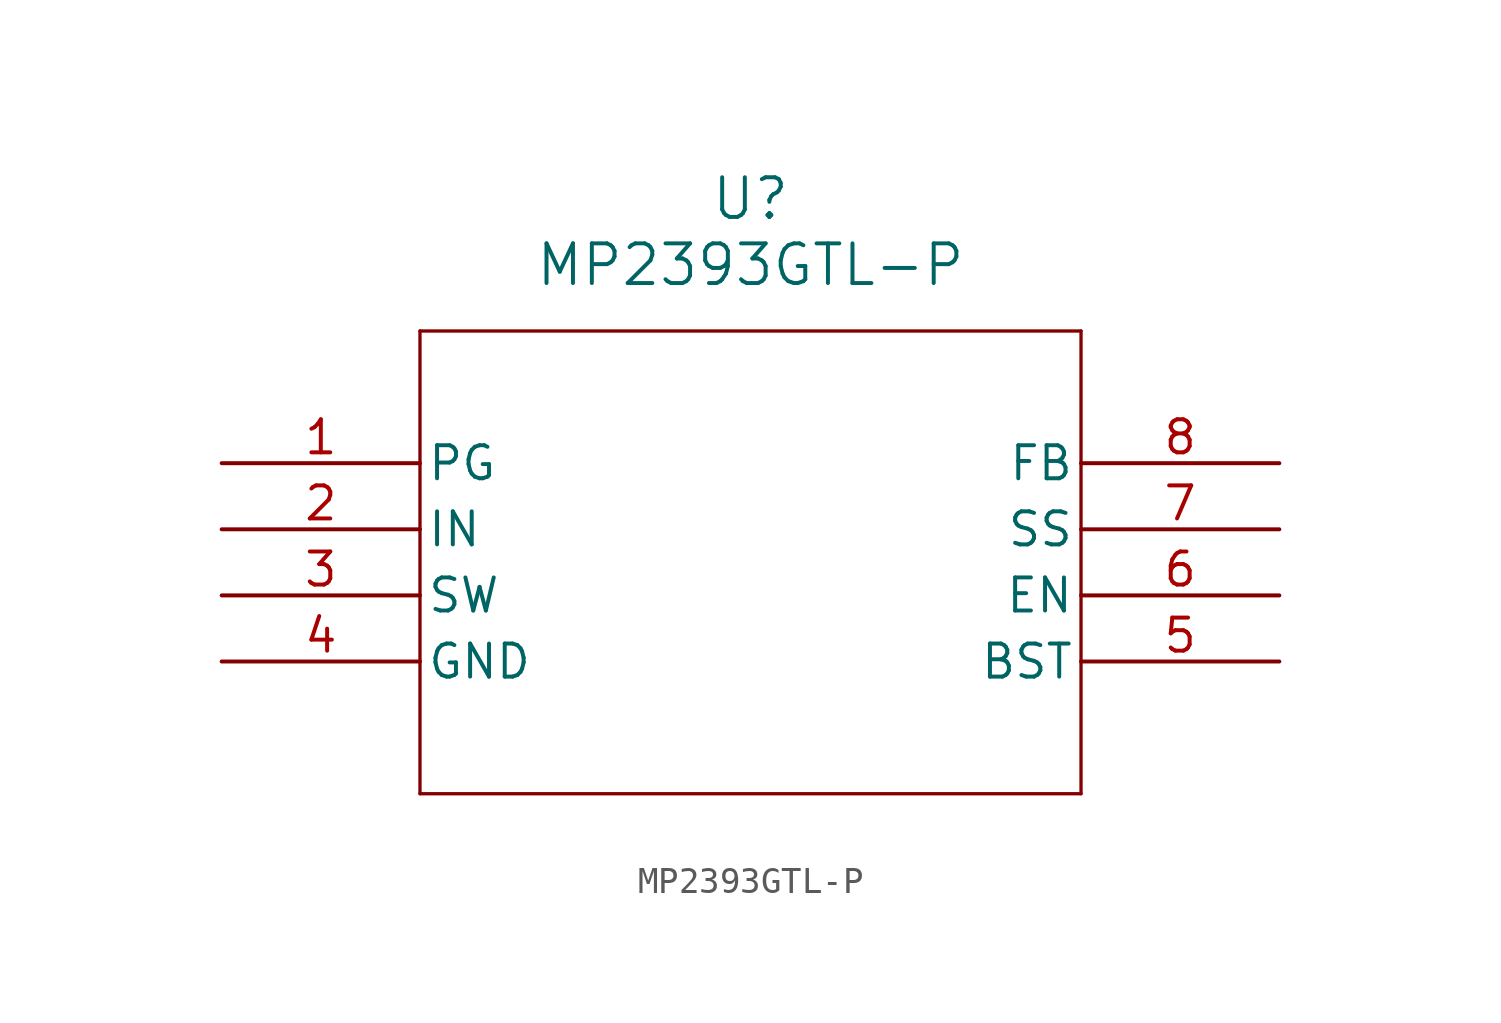
<source format=kicad_sym>
(kicad_symbol_lib
  (version 20211014)
  (generator kicad_symbol_editor)
  (symbol "MP2393GTL-P"
    (pin_names
      (offset 0.254))
    (property "Reference" "U"
      (at 20.32 10.16 0)
      (effects (font (size 1.524 1.524))))
    (property "Value" "MP2393GTL-P"
      (at 20.32 7.62 0)
      (effects (font (size 1.524 1.524))))
    (symbol "MP2393GTL-P_0_1"
      (polyline (pts (xy 7.62 5.08) (xy 7.62 -12.7)) (stroke (width 0.127) (type default) (color 0 0 0 0)) (fill (type none)))
      (polyline (pts (xy 7.62 -12.7) (xy 33.02 -12.7)) (stroke (width 0.127) (type default) (color 0 0 0 0)) (fill (type none)))
      (polyline (pts (xy 33.02 -12.7) (xy 33.02 5.08)) (stroke (width 0.127) (type default) (color 0 0 0 0)) (fill (type none)))
      (polyline (pts (xy 33.02 5.08) (xy 7.62 5.08)) (stroke (width 0.127) (type default) (color 0 0 0 0)) (fill (type none)))
      (pin output line (at 0 0 0) (length 7.62) (name "PG" (effects (font (size 1.27 1.27)))) (number "1" (effects (font (size 1.27 1.27)))))
      (pin power_in line (at 0 -2.54 0) (length 7.62) (name "IN" (effects (font (size 1.27 1.27)))) (number "2" (effects (font (size 1.27 1.27)))))
      (pin output line (at 0 -5.08 0) (length 7.62) (name "SW" (effects (font (size 1.27 1.27)))) (number "3" (effects (font (size 1.27 1.27)))))
      (pin power_in line (at 0 -7.62 0) (length 7.62) (name "GND" (effects (font (size 1.27 1.27)))) (number "4" (effects (font (size 1.27 1.27)))))
      (pin power_in line (at 40.64 -7.62 180) (length 7.62) (name "BST" (effects (font (size 1.27 1.27)))) (number "5" (effects (font (size 1.27 1.27)))))
      (pin unspecified line (at 40.64 -5.08 180) (length 7.62) (name "EN" (effects (font (size 1.27 1.27)))) (number "6" (effects (font (size 1.27 1.27)))))
      (pin unspecified line (at 40.64 -2.54 180) (length 7.62) (name "SS" (effects (font (size 1.27 1.27)))) (number "7" (effects (font (size 1.27 1.27)))))
      (pin unspecified line (at 40.64 0 180) (length 7.62) (name "FB" (effects (font (size 1.27 1.27)))) (number "8" (effects (font (size 1.27 1.27))))))))
</source>
